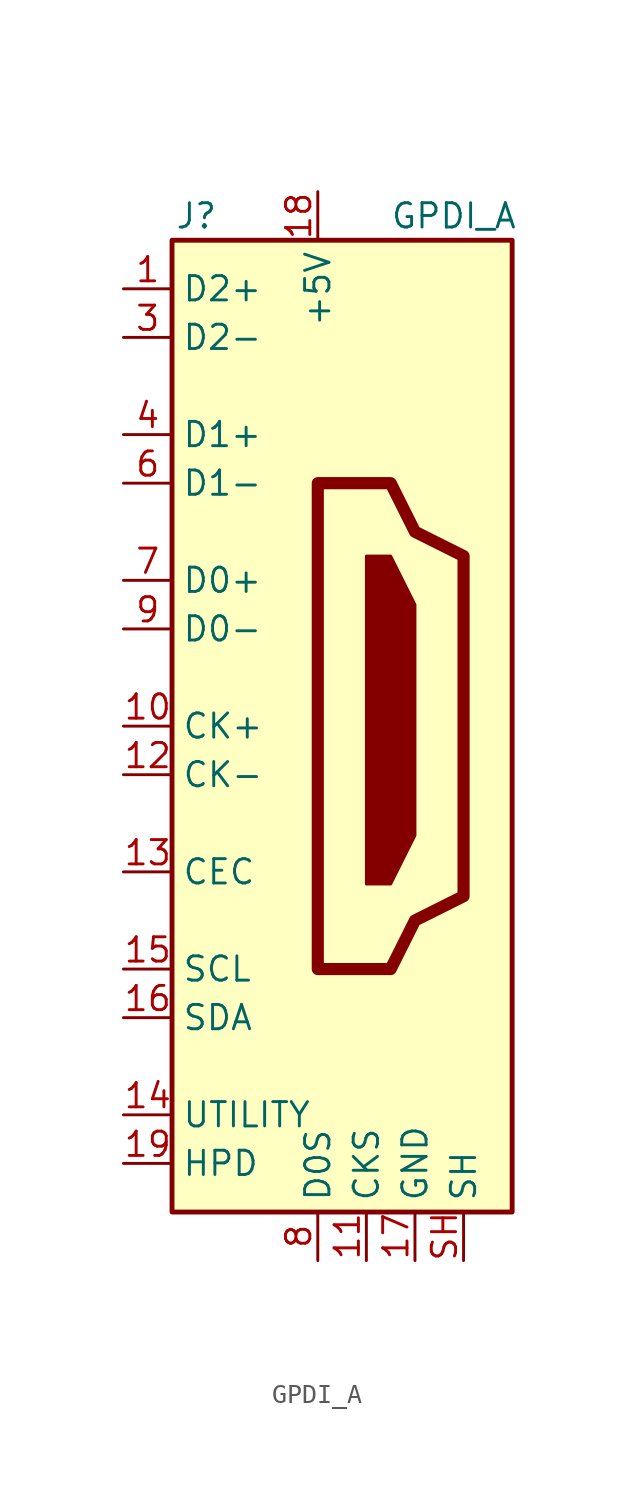
<source format=kicad_sym>
(kicad_symbol_lib
  (version 20241209)
  (generator "kicad_symbol_editor")
  (generator_version "9.0")
  (symbol "GPDI_A"
    (property "Reference" "J"
      (at -6.35 26.67 0)
      (effects (font (size 1.27 1.27))))
    (property "Value" "GPDI_A"
      (at 7.112 26.67 0)
      (effects (font (size 1.27 1.27))))
    (symbol "GPDI_A_0_1"
      (rectangle (start -7.62 25.4) (end 10.16 -25.4) (stroke (width 0.254) (type default)) (fill (type background)))
      (polyline (pts (xy 0 12.7) (xy 0 -12.7) (xy 3.81 -12.7) (xy 5.08 -10.16) (xy 7.62 -8.89) (xy 7.62 8.89) (xy 5.08 10.16) (xy 3.81 12.7) (xy 0 12.7)) (stroke (width 0.635) (type default)) (fill (type none)))
      (polyline (pts (xy 2.54 8.89) (xy 3.81 8.89) (xy 5.08 6.35) (xy 5.08 -5.715) (xy 3.81 -8.255) (xy 2.54 -8.255) (xy 2.54 8.89)) (stroke (width 0) (type default)) (fill (type outline))))
    (symbol "GPDI_A_1_1"
      (pin passive line (at -10.16 22.86 0) (length 2.54) (name "D2+" (effects (font (size 1.27 1.27)))) (number "1" (effects (font (size 1.27 1.27)))))
      (pin passive line (at -10.16 20.32 0) (length 2.54) (name "D2-" (effects (font (size 1.27 1.27)))) (number "3" (effects (font (size 1.27 1.27)))))
      (pin passive line (at -10.16 15.24 0) (length 2.54) (name "D1+" (effects (font (size 1.27 1.27)))) (number "4" (effects (font (size 1.27 1.27)))))
      (pin passive line (at -10.16 12.7 0) (length 2.54) (name "D1-" (effects (font (size 1.27 1.27)))) (number "6" (effects (font (size 1.27 1.27)))))
      (pin passive line (at -10.16 7.62 0) (length 2.54) (name "D0+" (effects (font (size 1.27 1.27)))) (number "7" (effects (font (size 1.27 1.27)))))
      (pin passive line (at -10.16 5.08 0) (length 2.54) (name "D0-" (effects (font (size 1.27 1.27)))) (number "9" (effects (font (size 1.27 1.27)))))
      (pin passive line (at -10.16 0 0) (length 2.54) (name "CK+" (effects (font (size 1.27 1.27)))) (number "10" (effects (font (size 1.27 1.27)))))
      (pin passive line (at -10.16 -2.54 0) (length 2.54) (name "CK-" (effects (font (size 1.27 1.27)))) (number "12" (effects (font (size 1.27 1.27)))))
      (pin bidirectional line (at -10.16 -7.62 0) (length 2.54) (name "CEC" (effects (font (size 1.27 1.27)))) (number "13" (effects (font (size 1.27 1.27)))))
      (pin passive line (at -10.16 -12.7 0) (length 2.54) (name "SCL" (effects (font (size 1.27 1.27)))) (number "15" (effects (font (size 1.27 1.27)))))
      (pin bidirectional line (at -10.16 -15.24 0) (length 2.54) (name "SDA" (effects (font (size 1.27 1.27)))) (number "16" (effects (font (size 1.27 1.27)))))
      (pin passive line (at -10.16 -20.32 0) (length 2.54) (name "UTILITY" (effects (font (size 1.27 1.27)))) (number "14" (effects (font (size 1.27 1.27)))))
      (pin passive line (at -10.16 -22.86 0) (length 2.54) (name "HPD" (effects (font (size 1.27 1.27)))) (number "19" (effects (font (size 1.27 1.27)))))
      (pin power_in line (at 0 27.94 270) (length 2.54) (name "+5V" (effects (font (size 1.27 1.27)))) (number "18" (effects (font (size 1.27 1.27)))))
      (pin power_in line (at 0 -27.94 90) (length 2.54) (hide yes) (name "D2S" (effects (font (size 1.27 1.27)))) (number "2" (effects (font (size 1.27 1.27)))))
      (pin power_in line (at 0 -27.94 90) (length 2.54) (hide yes) (name "D1S" (effects (font (size 1.27 1.27)))) (number "5" (effects (font (size 1.27 1.27)))))
      (pin power_in line (at 0 -27.94 90) (length 2.54) (name "D0S" (effects (font (size 1.27 1.27)))) (number "8" (effects (font (size 1.27 1.27)))))
      (pin power_in line (at 2.54 -27.94 90) (length 2.54) (name "CKS" (effects (font (size 1.27 1.27)))) (number "11" (effects (font (size 1.27 1.27)))))
      (pin power_in line (at 5.08 -27.94 90) (length 2.54) (name "GND" (effects (font (size 1.27 1.27)))) (number "17" (effects (font (size 1.27 1.27)))))
      (pin passive line (at 7.62 -27.94 90) (length 2.54) (name "SH" (effects (font (size 1.27 1.27)))) (number "SH" (effects (font (size 1.27 1.27))))))))
</source>
